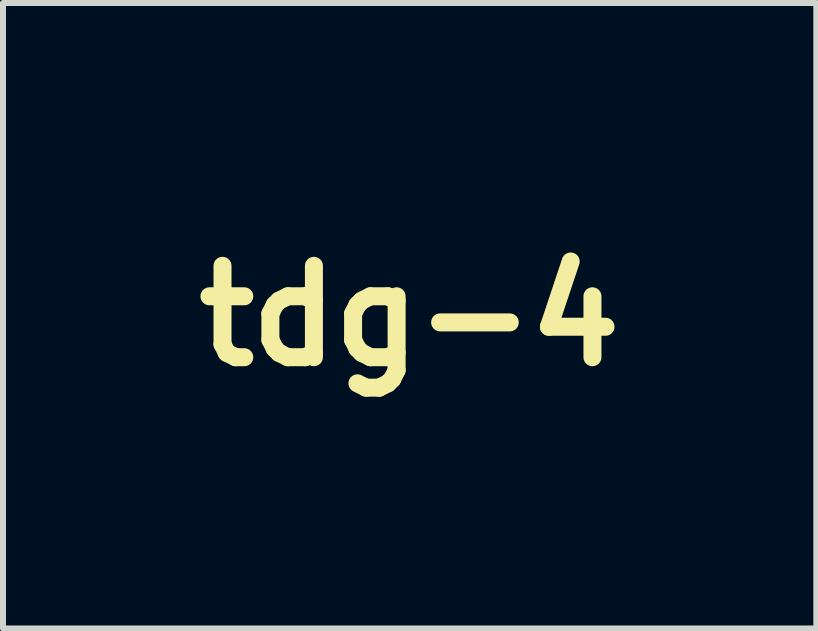
<source format=kicad_pcb>
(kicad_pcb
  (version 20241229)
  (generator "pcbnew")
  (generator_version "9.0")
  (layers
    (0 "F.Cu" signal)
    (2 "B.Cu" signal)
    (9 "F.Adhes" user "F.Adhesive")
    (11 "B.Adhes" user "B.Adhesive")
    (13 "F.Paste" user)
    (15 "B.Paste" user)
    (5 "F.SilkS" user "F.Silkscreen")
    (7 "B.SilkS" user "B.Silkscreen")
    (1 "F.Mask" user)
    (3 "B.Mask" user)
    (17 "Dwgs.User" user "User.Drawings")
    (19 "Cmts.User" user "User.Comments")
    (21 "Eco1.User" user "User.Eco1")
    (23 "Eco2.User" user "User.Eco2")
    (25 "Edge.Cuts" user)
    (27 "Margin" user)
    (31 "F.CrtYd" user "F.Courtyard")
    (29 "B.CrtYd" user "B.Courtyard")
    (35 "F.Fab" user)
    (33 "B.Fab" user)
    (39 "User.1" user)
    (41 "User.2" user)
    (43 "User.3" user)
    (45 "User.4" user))
  (footprint "tdg-4"
    (layer "F.Cu")
    (at 3.781 2.217)
    (property "Reference" "tdg-4" (at 0 0 0) (layer "F.SilkS") (effects (font (size 1.524 1.524) (thickness 0.3))))
    (attr through_hole)
    (fp_poly (pts (xy -1.425 -0.116) (xy -1.41 -0.11) (xy -1.397 -0.102) (xy -1.394 -0.099) (xy -1.382 -0.086) (xy -1.373 -0.069) (xy -1.368 -0.048) (xy -1.364 -0.021) (xy -1.364 0.016) (xy -1.365 0.062) (xy -1.368 0.112) (xy -1.391 0.403) (xy -1.424 0.693) (xy -1.465 0.988) (xy -1.489 1.133) (xy -1.5 1.2) (xy -1.511 1.256) (xy -1.521 1.3) (xy -1.531 1.337) (xy -1.541 1.367) (xy -1.552 1.392) (xy -1.565 1.414) (xy -1.57 1.422) (xy -1.598 1.454) (xy -1.632 1.477) (xy -1.668 1.491) (xy -1.704 1.493) (xy -1.722 1.489) (xy -1.764 1.469) (xy -1.805 1.436) (xy -1.846 1.392) (xy -1.868 1.362) (xy -1.892 1.323) (xy -1.919 1.274) (xy -1.948 1.217) (xy -1.978 1.155) (xy -2.008 1.089) (xy -2.036 1.024) (xy -2.062 0.961) (xy -2.084 0.903) (xy -2.088 0.89) (xy -2.099 0.855) (xy -2.105 0.833) (xy -1.876 0.833) (xy -1.871 0.87) (xy -1.867 0.884) (xy -1.855 0.91) (xy -1.84 0.939) (xy -1.822 0.968) (xy -1.803 0.996) (xy -1.784 1.019) (xy -1.768 1.035) (xy -1.757 1.042) (xy -1.754 1.042) (xy -1.746 1.035) (xy -1.735 1.02) (xy -1.734 1.018) (xy -1.724 0.993) (xy -1.717 0.956) (xy -1.713 0.91) (xy -1.71 0.856) (xy -1.711 0.797) (xy -1.714 0.735) (xy -1.719 0.673) (xy -1.728 0.611) (xy -1.729 0.6) (xy -1.737 0.558) (xy -1.744 0.53) (xy -1.75 0.513) (xy -1.756 0.508) (xy -1.761 0.51) (xy -1.765 0.518) (xy -1.773 0.536) (xy -1.785 0.563) (xy -1.799 0.596) (xy -1.814 0.633) (xy -1.83 0.672) (xy -1.846 0.71) (xy -1.86 0.745) (xy -1.866 0.762) (xy -1.874 0.795) (xy -1.876 0.833) (xy -2.105 0.833) (xy -2.106 0.828) (xy -2.109 0.804) (xy -2.109 0.778) (xy -2.108 0.773) (xy -2.108 0.756) (xy -2.106 0.742) (xy -2.103 0.728) (xy -2.099 0.713) (xy -2.091 0.695) (xy -2.079 0.671) (xy -2.064 0.641) (xy -2.042 0.601) (xy -2.023 0.564) (xy -1.969 0.45) (xy -1.927 0.335) (xy -1.899 0.218) (xy -1.887 0.138) (xy -1.88 0.088) (xy -1.873 0.05) (xy -1.863 0.021) (xy -1.848 -0.000216) (xy -1.826 -0.017) (xy -1.795 -0.031) (xy -1.754 -0.045) (xy -1.727 -0.053) (xy -1.654 -0.074) (xy -1.594 -0.091) (xy -1.544 -0.104) (xy -1.503 -0.112) (xy -1.471 -0.117) (xy -1.445 -0.118) (xy -1.425 -0.116)) (stroke (width 0.01) (type solid)) (fill yes) (layer "F.Mask"))
    (fp_poly (pts (xy -0.932 -2.02) (xy -0.921 -2.015) (xy -0.913 -2.006) (xy -0.909 -1.992) (xy -0.909 -1.971) (xy -0.913 -1.942) (xy -0.921 -1.904) (xy -0.934 -1.854) (xy -0.941 -1.825) (xy -0.955 -1.775) (xy -0.97 -1.717) (xy -0.985 -1.658) (xy -0.998 -1.603) (xy -1.002 -1.586) (xy -1.017 -1.523) (xy -1.03 -1.472) (xy -1.041 -1.431) (xy -1.05 -1.4) (xy -1.059 -1.378) (xy -1.067 -1.361) (xy -1.073 -1.352) (xy -1.089 -1.338) (xy -1.107 -1.335) (xy -1.13 -1.342) (xy -1.144 -1.349) (xy -1.165 -1.359) (xy -1.181 -1.36) (xy -1.191 -1.358) (xy -1.204 -1.351) (xy -1.215 -1.339) (xy -1.225 -1.321) (xy -1.234 -1.294) (xy -1.243 -1.258) (xy -1.253 -1.212) (xy -1.263 -1.153) (xy -1.266 -1.136) (xy -1.278 -1.063) (xy -1.288 -1.002) (xy -1.296 -0.95) (xy -1.302 -0.906) (xy -1.307 -0.865) (xy -1.31 -0.827) (xy -1.313 -0.789) (xy -1.314 -0.749) (xy -1.315 -0.704) (xy -1.315 -0.652) (xy -1.316 -0.59) (xy -1.316 -0.563) (xy -1.316 -0.497) (xy -1.316 -0.443) (xy -1.316 -0.401) (xy -1.317 -0.368) (xy -1.318 -0.343) (xy -1.319 -0.325) (xy -1.321 -0.312) (xy -1.324 -0.304) (xy -1.327 -0.297) (xy -1.331 -0.291) (xy -1.347 -0.273) (xy -1.367 -0.257) (xy -1.368 -0.257) (xy -1.382 -0.249) (xy -1.406 -0.237) (xy -1.44 -0.223) (xy -1.481 -0.206) (xy -1.527 -0.187) (xy -1.576 -0.167) (xy -1.626 -0.147) (xy -1.676 -0.128) (xy -1.724 -0.109) (xy -1.767 -0.093) (xy -1.804 -0.08) (xy -1.833 -0.07) (xy -1.852 -0.065) (xy -1.858 -0.064) (xy -1.88 -0.068) (xy -1.893 -0.076) (xy -1.903 -0.092) (xy -1.905 -0.103) (xy -1.902 -0.113) (xy -1.894 -0.134) (xy -1.882 -0.164) (xy -1.867 -0.199) (xy -1.849 -0.239) (xy -1.846 -0.247) (xy -1.778 -0.405) (xy -1.721 -0.559) (xy -1.674 -0.712) (xy -1.635 -0.868) (xy -1.606 -1.014) (xy -1.599 -1.056) (xy -1.595 -1.085) (xy -1.594 -1.104) (xy -1.595 -1.114) (xy -1.597 -1.116) (xy -1.606 -1.121) (xy -1.614 -1.12) (xy -1.627 -1.112) (xy -1.638 -1.104) (xy -1.67 -1.083) (xy -1.696 -1.071) (xy -1.718 -1.07) (xy -1.73 -1.073) (xy -1.75 -1.085) (xy -1.763 -1.103) (xy -1.769 -1.128) (xy -1.769 -1.161) (xy -1.762 -1.204) (xy -1.749 -1.258) (xy -1.743 -1.278) (xy -1.717 -1.364) (xy -1.689 -1.439) (xy -1.659 -1.504) (xy -1.625 -1.563) (xy -1.586 -1.616) (xy -1.54 -1.666) (xy -1.486 -1.714) (xy -1.422 -1.762) (xy -1.347 -1.812) (xy -1.31 -1.836) (xy -1.274 -1.858) (xy -1.232 -1.882) (xy -1.187 -1.907) (xy -1.141 -1.932) (xy -1.095 -1.956) (xy -1.053 -1.977) (xy -1.015 -1.996) (xy -0.985 -2.01) (xy -0.963 -2.019) (xy -0.956 -2.021) (xy -0.932 -2.02)) (stroke (width 0.01) (type solid)) (fill yes) (layer "F.Mask"))
    (fp_poly (pts (xy -0.368 -2.209) (xy -0.333 -2.205) (xy -0.321 -2.202) (xy -0.274 -2.183) (xy -0.232 -2.15) (xy -0.194 -2.108) (xy -0.164 -2.058) (xy -0.145 -2.011) (xy -0.133 -1.965) (xy -0.124 -1.912) (xy -0.118 -1.85) (xy -0.115 -1.78) (xy -0.114 -1.699) (xy -0.117 -1.608) (xy -0.122 -1.506) (xy -0.13 -1.391) (xy -0.141 -1.266) (xy -0.152 -1.143) (xy -0.16 -1.032) (xy -0.165 -0.932) (xy -0.168 -0.841) (xy -0.168 -0.757) (xy -0.165 -0.679) (xy -0.16 -0.605) (xy -0.151 -0.533) (xy -0.141 -0.464) (xy -0.131 -0.397) (xy -0.128 -0.342) (xy -0.13 -0.295) (xy -0.14 -0.257) (xy -0.156 -0.223) (xy -0.179 -0.194) (xy -0.182 -0.191) (xy -0.22 -0.163) (xy -0.265 -0.145) (xy -0.318 -0.138) (xy -0.38 -0.141) (xy -0.388 -0.142) (xy -0.405 -0.144) (xy -0.434 -0.15) (xy -0.473 -0.157) (xy -0.521 -0.166) (xy -0.576 -0.176) (xy -0.635 -0.188) (xy -0.698 -0.2) (xy -0.718 -0.204) (xy -0.794 -0.219) (xy -0.858 -0.232) (xy -0.91 -0.243) (xy -0.953 -0.253) (xy -0.987 -0.262) (xy -1.013 -0.27) (xy -1.033 -0.278) (xy -1.048 -0.287) (xy -1.06 -0.295) (xy -1.069 -0.305) (xy -1.077 -0.317) (xy -1.089 -0.336) (xy -1.097 -0.356) (xy -1.102 -0.38) (xy -1.106 -0.41) (xy -1.107 -0.45) (xy -1.108 -0.495) (xy -1.106 -0.575) (xy -1.105 -0.594) (xy -0.732 -0.594) (xy -0.729 -0.55) (xy -0.722 -0.517) (xy -0.711 -0.492) (xy -0.695 -0.474) (xy -0.682 -0.465) (xy -0.654 -0.453) (xy -0.627 -0.454) (xy -0.611 -0.46) (xy -0.596 -0.468) (xy -0.585 -0.479) (xy -0.577 -0.495) (xy -0.572 -0.518) (xy -0.569 -0.551) (xy -0.567 -0.595) (xy -0.566 -0.607) (xy -0.565 -0.656) (xy -0.565 -0.71) (xy -0.566 -0.767) (xy -0.568 -0.824) (xy -0.57 -0.88) (xy -0.573 -0.933) (xy -0.576 -0.98) (xy -0.58 -1.019) (xy -0.584 -1.049) (xy -0.588 -1.066) (xy -0.588 -1.067) (xy -0.596 -1.084) (xy -0.604 -1.093) (xy -0.605 -1.094) (xy -0.611 -1.088) (xy -0.621 -1.072) (xy -0.63 -1.052) (xy -0.669 -0.955) (xy -0.7 -0.857) (xy -0.721 -0.761) (xy -0.731 -0.669) (xy -0.732 -0.594) (xy -1.105 -0.594) (xy -1.102 -0.66) (xy -1.094 -0.751) (xy -1.082 -0.848) (xy -1.068 -0.952) (xy -1.049 -1.066) (xy -1.027 -1.188) (xy -1 -1.321) (xy -0.97 -1.466) (xy -0.935 -1.623) (xy -0.931 -1.64) (xy -0.912 -1.724) (xy -0.894 -1.795) (xy -0.878 -1.856) (xy -0.862 -1.906) (xy -0.846 -1.949) (xy -0.83 -1.985) (xy -0.813 -2.016) (xy -0.795 -2.042) (xy -0.774 -2.067) (xy -0.761 -2.081) (xy -0.729 -2.107) (xy -0.687 -2.134) (xy -0.639 -2.159) (xy -0.589 -2.18) (xy -0.54 -2.196) (xy -0.533 -2.198) (xy -0.497 -2.205) (xy -0.454 -2.209) (xy -0.41 -2.21) (xy -0.368 -2.209)) (stroke (width 0.01) (type solid)) (fill yes) (layer "F.Mask"))
    (fp_poly (pts (xy 0.847 0.189) (xy 0.882 0.193) (xy 0.953 0.211) (xy 1.013 0.236) (xy 1.062 0.27) (xy 1.099 0.312) (xy 1.125 0.362) (xy 1.13 0.376) (xy 1.135 0.393) (xy 1.139 0.409) (xy 1.141 0.426) (xy 1.142 0.447) (xy 1.143 0.473) (xy 1.142 0.508) (xy 1.141 0.553) (xy 1.14 0.578) (xy 1.139 0.637) (xy 1.139 0.687) (xy 1.14 0.732) (xy 1.145 0.773) (xy 1.152 0.812) (xy 1.163 0.852) (xy 1.178 0.896) (xy 1.197 0.944) (xy 1.222 1) (xy 1.252 1.066) (xy 1.259 1.083) (xy 1.293 1.156) (xy 1.32 1.218) (xy 1.341 1.271) (xy 1.357 1.319) (xy 1.369 1.361) (xy 1.376 1.401) (xy 1.381 1.439) (xy 1.383 1.479) (xy 1.383 1.489) (xy 1.377 1.561) (xy 1.36 1.627) (xy 1.33 1.688) (xy 1.287 1.746) (xy 1.232 1.8) (xy 1.171 1.846) (xy 1.153 1.858) (xy 1.124 1.875) (xy 1.088 1.898) (xy 1.045 1.923) (xy 0.999 1.951) (xy 0.952 1.979) (xy 0.904 2.007) (xy 0.86 2.033) (xy 0.82 2.056) (xy 0.787 2.075) (xy 0.763 2.088) (xy 0.757 2.091) (xy 0.727 2.101) (xy 0.696 2.102) (xy 0.667 2.096) (xy 0.654 2.088) (xy 0.638 2.068) (xy 0.625 2.038) (xy 0.623 2.033) (xy 0.619 2.015) (xy 0.616 1.999) (xy 0.615 1.98) (xy 0.616 1.955) (xy 0.62 1.922) (xy 0.622 1.902) (xy 0.625 1.857) (xy 0.628 1.802) (xy 0.63 1.738) (xy 0.631 1.669) (xy 0.631 1.597) (xy 0.63 1.526) (xy 0.628 1.458) (xy 0.626 1.396) (xy 0.622 1.343) (xy 0.622 1.341) (xy 0.622 1.337) (xy 0.833 1.337) (xy 0.834 1.37) (xy 0.835 1.399) (xy 0.838 1.417) (xy 0.843 1.43) (xy 0.853 1.441) (xy 0.863 1.451) (xy 0.89 1.469) (xy 0.919 1.475) (xy 0.95 1.467) (xy 0.975 1.454) (xy 1.008 1.425) (xy 1.031 1.387) (xy 1.044 1.341) (xy 1.049 1.288) (xy 1.043 1.229) (xy 1.028 1.165) (xy 1.003 1.098) (xy 0.986 1.062) (xy 0.965 1.022) (xy 0.947 0.994) (xy 0.932 0.976) (xy 0.917 0.968) (xy 0.902 0.968) (xy 0.889 0.974) (xy 0.877 0.983) (xy 0.868 0.997) (xy 0.861 1.018) (xy 0.856 1.048) (xy 0.853 1.088) (xy 0.851 1.118) (xy 0.849 1.159) (xy 0.846 1.2) (xy 0.843 1.237) (xy 0.839 1.264) (xy 0.839 1.266) (xy 0.835 1.298) (xy 0.833 1.337) (xy 0.622 1.337) (xy 0.619 1.31) (xy 0.615 1.268) (xy 0.61 1.217) (xy 0.604 1.158) (xy 0.598 1.094) (xy 0.591 1.027) (xy 0.583 0.96) (xy 0.582 0.949) (xy 0.575 0.882) (xy 0.569 0.816) (xy 0.563 0.753) (xy 0.557 0.695) (xy 0.553 0.644) (xy 0.549 0.603) (xy 0.547 0.573) (xy 0.547 0.568) (xy 0.544 0.519) (xy 0.539 0.479) (xy 0.532 0.444) (xy 0.525 0.421) (xy 0.512 0.367) (xy 0.508 0.319) (xy 0.514 0.278) (xy 0.529 0.247) (xy 0.551 0.226) (xy 0.584 0.212) (xy 0.628 0.2) (xy 0.679 0.191) (xy 0.734 0.186) (xy 0.791 0.185) (xy 0.847 0.189)) (stroke (width 0.01) (type solid)) (fill yes) (layer "F.Mask"))
    (fp_poly (pts (xy 0.971 -1.934) (xy 1.011 -1.92) (xy 1.049 -1.902) (xy 1.177 -1.832) (xy 1.301 -1.75) (xy 1.417 -1.657) (xy 1.524 -1.556) (xy 1.601 -1.47) (xy 1.646 -1.412) (xy 1.679 -1.358) (xy 1.701 -1.31) (xy 1.711 -1.268) (xy 1.71 -1.231) (xy 1.696 -1.201) (xy 1.68 -1.185) (xy 1.659 -1.174) (xy 1.63 -1.173) (xy 1.593 -1.18) (xy 1.547 -1.196) (xy 1.525 -1.206) (xy 1.493 -1.22) (xy 1.47 -1.229) (xy 1.453 -1.233) (xy 1.437 -1.233) (xy 1.426 -1.232) (xy 1.381 -1.221) (xy 1.345 -1.202) (xy 1.319 -1.176) (xy 1.305 -1.145) (xy 1.302 -1.122) (xy 1.307 -1.094) (xy 1.318 -1.061) (xy 1.335 -1.028) (xy 1.356 -0.995) (xy 1.378 -0.965) (xy 1.4 -0.942) (xy 1.421 -0.928) (xy 1.434 -0.924) (xy 1.452 -0.929) (xy 1.476 -0.944) (xy 1.492 -0.956) (xy 1.521 -0.978) (xy 1.542 -0.991) (xy 1.559 -0.996) (xy 1.575 -0.995) (xy 1.584 -0.992) (xy 1.614 -0.972) (xy 1.643 -0.939) (xy 1.669 -0.893) (xy 1.693 -0.835) (xy 1.703 -0.806) (xy 1.715 -0.763) (xy 1.721 -0.729) (xy 1.719 -0.702) (xy 1.712 -0.679) (xy 1.711 -0.677) (xy 1.7 -0.662) (xy 1.686 -0.654) (xy 1.665 -0.651) (xy 1.635 -0.654) (xy 1.595 -0.662) (xy 1.595 -0.662) (xy 1.564 -0.669) (xy 1.537 -0.674) (xy 1.518 -0.677) (xy 1.512 -0.677) (xy 1.495 -0.671) (xy 1.478 -0.652) (xy 1.463 -0.622) (xy 1.451 -0.584) (xy 1.443 -0.539) (xy 1.442 -0.531) (xy 1.443 -0.494) (xy 1.456 -0.464) (xy 1.48 -0.442) (xy 1.517 -0.427) (xy 1.565 -0.421) (xy 1.588 -0.42) (xy 1.62 -0.421) (xy 1.643 -0.423) (xy 1.664 -0.429) (xy 1.689 -0.44) (xy 1.703 -0.447) (xy 1.762 -0.483) (xy 1.811 -0.529) (xy 1.849 -0.582) (xy 1.874 -0.644) (xy 1.881 -0.67) (xy 1.894 -0.71) (xy 1.91 -0.738) (xy 1.929 -0.753) (xy 1.951 -0.754) (xy 1.975 -0.742) (xy 1.983 -0.736) (xy 1.993 -0.725) (xy 2.001 -0.711) (xy 2.008 -0.692) (xy 2.017 -0.664) (xy 2.025 -0.632) (xy 2.043 -0.561) (xy 2.056 -0.499) (xy 2.066 -0.444) (xy 2.074 -0.391) (xy 2.079 -0.337) (xy 2.082 -0.311) (xy 2.085 -0.251) (xy 2.084 -0.203) (xy 2.08 -0.164) (xy 2.07 -0.135) (xy 2.055 -0.112) (xy 2.034 -0.095) (xy 2.012 -0.083) (xy 1.978 -0.069) (xy 1.936 -0.054) (xy 1.885 -0.035) (xy 1.824 -0.015) (xy 1.752 0.009) (xy 1.667 0.036) (xy 1.655 0.04) (xy 1.585 0.062) (xy 1.526 0.079) (xy 1.478 0.091) (xy 1.438 0.1) (xy 1.405 0.104) (xy 1.378 0.105) (xy 1.354 0.102) (xy 1.333 0.097) (xy 1.306 0.082) (xy 1.277 0.057) (xy 1.251 0.025) (xy 1.232 -0.009) (xy 1.228 -0.018) (xy 1.222 -0.033) (xy 1.218 -0.049) (xy 1.215 -0.067) (xy 1.212 -0.09) (xy 1.21 -0.121) (xy 1.208 -0.161) (xy 1.206 -0.212) (xy 1.206 -0.226) (xy 1.199 -0.363) (xy 1.189 -0.489) (xy 1.175 -0.607) (xy 1.157 -0.72) (xy 1.133 -0.829) (xy 1.104 -0.939) (xy 1.069 -1.052) (xy 1.027 -1.171) (xy 1.006 -1.225) (xy 0.993 -1.262) (xy 0.981 -1.305) (xy 0.971 -1.344) (xy 0.97 -1.352) (xy 0.958 -1.415) (xy 0.944 -1.481) (xy 0.93 -1.546) (xy 0.916 -1.607) (xy 0.902 -1.662) (xy 0.89 -1.708) (xy 0.879 -1.744) (xy 0.878 -1.746) (xy 0.862 -1.799) (xy 0.852 -1.841) (xy 0.849 -1.873) (xy 0.853 -1.897) (xy 0.863 -1.916) (xy 0.881 -1.929) (xy 0.883 -1.93) (xy 0.908 -1.939) (xy 0.937 -1.941) (xy 0.971 -1.934)) (stroke (width 0.01) (type solid)) (fill yes) (layer "F.Mask"))
    (fp_poly (pts (xy -0.112 -0.047) (xy -0.07 -0.043) (xy -0.029 -0.037) (xy -0.000107 -0.032) (xy 0.052 -0.015) (xy 0.107 0.01) (xy 0.164 0.043) (xy 0.219 0.08) (xy 0.27 0.12) (xy 0.315 0.162) (xy 0.352 0.204) (xy 0.378 0.244) (xy 0.379 0.246) (xy 0.392 0.284) (xy 0.398 0.327) (xy 0.396 0.379) (xy 0.387 0.44) (xy 0.379 0.476) (xy 0.361 0.568) (xy 0.35 0.658) (xy 0.346 0.75) (xy 0.35 0.846) (xy 0.361 0.951) (xy 0.371 1.016) (xy 0.379 1.059) (xy 0.389 1.109) (xy 0.403 1.167) (xy 0.419 1.234) (xy 0.439 1.311) (xy 0.462 1.399) (xy 0.486 1.485) (xy 0.507 1.563) (xy 0.525 1.63) (xy 0.539 1.685) (xy 0.55 1.732) (xy 0.559 1.772) (xy 0.565 1.806) (xy 0.57 1.837) (xy 0.572 1.864) (xy 0.574 1.891) (xy 0.574 1.912) (xy 0.573 1.95) (xy 0.571 1.978) (xy 0.566 2.002) (xy 0.559 2.025) (xy 0.558 2.028) (xy 0.532 2.075) (xy 0.495 2.115) (xy 0.447 2.145) (xy 0.388 2.167) (xy 0.367 2.173) (xy 0.346 2.176) (xy 0.314 2.18) (xy 0.272 2.184) (xy 0.224 2.188) (xy 0.171 2.193) (xy 0.116 2.197) (xy 0.062 2.201) (xy 0.011 2.204) (xy -0.035 2.206) (xy -0.074 2.207) (xy -0.099 2.208) (xy -0.13 2.207) (xy -0.158 2.205) (xy -0.178 2.203) (xy -0.183 2.202) (xy -0.228 2.181) (xy -0.268 2.148) (xy -0.3 2.105) (xy -0.315 2.076) (xy -0.331 2.033) (xy -0.347 1.978) (xy -0.362 1.913) (xy -0.377 1.84) (xy -0.391 1.761) (xy -0.404 1.678) (xy -0.415 1.593) (xy -0.419 1.562) (xy -0.089 1.562) (xy -0.087 1.592) (xy -0.08 1.615) (xy -0.07 1.632) (xy -0.059 1.64) (xy -0.043 1.648) (xy -0.017 1.655) (xy 0.013 1.663) (xy 0.043 1.669) (xy 0.068 1.671) (xy 0.068 1.672) (xy 0.083 1.668) (xy 0.101 1.657) (xy 0.106 1.654) (xy 0.132 1.623) (xy 0.152 1.583) (xy 0.164 1.537) (xy 0.166 1.524) (xy 0.167 1.493) (xy 0.166 1.453) (xy 0.163 1.407) (xy 0.158 1.356) (xy 0.152 1.305) (xy 0.145 1.254) (xy 0.137 1.208) (xy 0.129 1.169) (xy 0.121 1.14) (xy 0.116 1.127) (xy 0.106 1.112) (xy 0.089 1.09) (xy 0.067 1.066) (xy 0.057 1.055) (xy 0.035 1.03) (xy 0.016 1.006) (xy 0.003 0.986) (xy -0.000364 0.979) (xy -0.01 0.96) (xy -0.021 0.953) (xy -0.03 0.96) (xy -0.034 0.968) (xy -0.036 0.98) (xy -0.039 1.003) (xy -0.042 1.036) (xy -0.046 1.077) (xy -0.049 1.123) (xy -0.052 1.164) (xy -0.056 1.217) (xy -0.06 1.27) (xy -0.064 1.318) (xy -0.068 1.36) (xy -0.072 1.393) (xy -0.074 1.408) (xy -0.083 1.471) (xy -0.088 1.522) (xy -0.089 1.562) (xy -0.419 1.562) (xy -0.425 1.508) (xy -0.432 1.425) (xy -0.438 1.345) (xy -0.441 1.272) (xy -0.441 1.207) (xy -0.438 1.153) (xy -0.437 1.15) (xy -0.434 1.115) (xy -0.43 1.084) (xy -0.426 1.055) (xy -0.42 1.023) (xy -0.414 0.989) (xy -0.405 0.947) (xy -0.394 0.897) (xy -0.381 0.839) (xy -0.365 0.769) (xy -0.352 0.71) (xy -0.342 0.66) (xy -0.335 0.619) (xy -0.33 0.583) (xy -0.326 0.551) (xy -0.324 0.521) (xy -0.324 0.491) (xy -0.324 0.49) (xy -0.324 0.454) (xy -0.326 0.426) (xy -0.331 0.402) (xy -0.34 0.376) (xy -0.342 0.371) (xy -0.353 0.337) (xy -0.359 0.305) (xy -0.359 0.272) (xy -0.354 0.235) (xy -0.343 0.192) (xy -0.326 0.142) (xy -0.309 0.096) (xy -0.286 0.045) (xy -0.264 0.006) (xy -0.241 -0.022) (xy -0.217 -0.039) (xy -0.207 -0.043) (xy -0.184 -0.047) (xy -0.151 -0.048) (xy -0.112 -0.047)) (stroke (width 0.01) (type solid)) (fill yes) (layer "F.Mask"))
    (fp_poly (pts (xy 2.094 -0.027) (xy 2.104 -0.02) (xy 2.111 -0.008) (xy 2.114 0.013) (xy 2.116 0.043) (xy 2.115 0.085) (xy 2.114 0.109) (xy 2.106 0.211) (xy 2.09 0.305) (xy 2.065 0.396) (xy 2.03 0.489) (xy 1.996 0.563) (xy 1.972 0.614) (xy 1.955 0.656) (xy 1.946 0.689) (xy 1.942 0.716) (xy 1.945 0.739) (xy 1.949 0.753) (xy 1.958 0.774) (xy 1.969 0.801) (xy 1.979 0.825) (xy 1.993 0.87) (xy 1.995 0.913) (xy 1.986 0.957) (xy 1.971 0.995) (xy 1.961 1.012) (xy 1.945 1.039) (xy 1.922 1.073) (xy 1.895 1.113) (xy 1.864 1.158) (xy 1.831 1.204) (xy 1.817 1.224) (xy 1.782 1.273) (xy 1.746 1.323) (xy 1.713 1.37) (xy 1.683 1.414) (xy 1.657 1.451) (xy 1.638 1.479) (xy 1.634 1.485) (xy 1.604 1.529) (xy 1.579 1.562) (xy 1.557 1.585) (xy 1.537 1.6) (xy 1.517 1.607) (xy 1.501 1.608) (xy 1.477 1.606) (xy 1.456 1.6) (xy 1.453 1.598) (xy 1.437 1.587) (xy 1.429 1.575) (xy 1.427 1.564) (xy 1.424 1.542) (xy 1.422 1.511) (xy 1.419 1.474) (xy 1.419 1.456) (xy 1.413 1.35) (xy 1.365 1.241) (xy 1.34 1.182) (xy 1.32 1.134) (xy 1.305 1.096) (xy 1.296 1.068) (xy 1.292 1.048) (xy 1.292 1.035) (xy 1.296 1.028) (xy 1.297 1.027) (xy 1.306 1.028) (xy 1.326 1.033) (xy 1.353 1.041) (xy 1.385 1.051) (xy 1.419 1.063) (xy 1.452 1.075) (xy 1.481 1.086) (xy 1.505 1.096) (xy 1.519 1.104) (xy 1.521 1.106) (xy 1.53 1.125) (xy 1.527 1.146) (xy 1.518 1.165) (xy 1.509 1.183) (xy 1.509 1.2) (xy 1.512 1.211) (xy 1.522 1.233) (xy 1.536 1.253) (xy 1.536 1.253) (xy 1.549 1.264) (xy 1.559 1.266) (xy 1.567 1.263) (xy 1.588 1.244) (xy 1.604 1.216) (xy 1.612 1.183) (xy 1.612 1.15) (xy 1.609 1.135) (xy 1.599 1.114) (xy 1.582 1.095) (xy 1.556 1.078) (xy 1.52 1.061) (xy 1.484 1.049) (xy 1.439 1.033) (xy 1.404 1.018) (xy 1.377 1.004) (xy 1.354 0.989) (xy 1.334 0.971) (xy 1.326 0.962) (xy 1.305 0.938) (xy 1.288 0.912) (xy 1.272 0.882) (xy 1.258 0.846) (xy 1.245 0.805) (xy 1.234 0.755) (xy 1.223 0.696) (xy 1.212 0.627) (xy 1.201 0.546) (xy 1.196 0.5) (xy 1.186 0.418) (xy 1.179 0.349) (xy 1.175 0.292) (xy 1.174 0.246) (xy 1.177 0.21) (xy 1.183 0.183) (xy 1.193 0.164) (xy 1.208 0.152) (xy 1.227 0.146) (xy 1.251 0.145) (xy 1.281 0.149) (xy 1.299 0.152) (xy 1.338 0.158) (xy 1.371 0.161) (xy 1.403 0.159) (xy 1.439 0.152) (xy 1.481 0.142) (xy 1.521 0.133) (xy 1.552 0.131) (xy 1.574 0.136) (xy 1.59 0.15) (xy 1.597 0.173) (xy 1.599 0.206) (xy 1.593 0.25) (xy 1.582 0.306) (xy 1.576 0.332) (xy 1.567 0.368) (xy 1.562 0.397) (xy 1.56 0.425) (xy 1.56 0.457) (xy 1.561 0.487) (xy 1.565 0.534) (xy 1.569 0.571) (xy 1.577 0.599) (xy 1.587 0.622) (xy 1.601 0.643) (xy 1.603 0.645) (xy 1.619 0.661) (xy 1.633 0.669) (xy 1.654 0.67) (xy 1.655 0.67) (xy 1.679 0.668) (xy 1.699 0.658) (xy 1.717 0.641) (xy 1.733 0.613) (xy 1.749 0.574) (xy 1.752 0.565) (xy 1.764 0.528) (xy 1.776 0.489) (xy 1.786 0.453) (xy 1.789 0.44) (xy 1.796 0.378) (xy 1.793 0.322) (xy 1.779 0.273) (xy 1.754 0.231) (xy 1.721 0.2) (xy 1.695 0.178) (xy 1.682 0.156) (xy 1.68 0.132) (xy 1.682 0.124) (xy 1.685 0.115) (xy 1.689 0.109) (xy 1.697 0.102) (xy 1.71 0.096) (xy 1.73 0.089) (xy 1.759 0.08) (xy 1.799 0.069) (xy 1.829 0.061) (xy 1.89 0.043) (xy 1.944 0.025) (xy 1.986 0.008) (xy 2.003 0.000204) (xy 2.031 -0.013) (xy 2.057 -0.023) (xy 2.077 -0.028) (xy 2.08 -0.028) (xy 2.094 -0.027)) (stroke (width 0.01) (type solid)) (fill yes) (layer "F.Mask"))
    (fp_poly (pts (xy -1.07 -0.212) (xy -1.022 -0.204) (xy -0.964 -0.191) (xy -0.924 -0.181) (xy -0.863 -0.166) (xy -0.809 -0.153) (xy -0.756 -0.143) (xy -0.702 -0.133) (xy -0.642 -0.125) (xy -0.573 -0.117) (xy -0.519 -0.109) (xy -0.477 -0.101) (xy -0.445 -0.09) (xy -0.42 -0.076) (xy -0.401 -0.058) (xy -0.385 -0.035) (xy -0.379 -0.025) (xy -0.372 -0.005) (xy -0.368 0.018) (xy -0.369 0.047) (xy -0.375 0.083) (xy -0.386 0.127) (xy -0.402 0.182) (xy -0.408 0.201) (xy -0.425 0.255) (xy -0.438 0.299) (xy -0.449 0.335) (xy -0.457 0.366) (xy -0.465 0.396) (xy -0.472 0.427) (xy -0.48 0.462) (xy -0.483 0.477) (xy -0.502 0.589) (xy -0.517 0.714) (xy -0.528 0.851) (xy -0.533 0.999) (xy -0.534 1.16) (xy -0.53 1.33) (xy -0.522 1.511) (xy -0.509 1.702) (xy -0.504 1.755) (xy -0.494 1.877) (xy -0.458 1.955) (xy -0.436 2.006) (xy -0.421 2.046) (xy -0.413 2.078) (xy -0.413 2.104) (xy -0.419 2.125) (xy -0.432 2.142) (xy -0.447 2.155) (xy -0.468 2.164) (xy -0.498 2.169) (xy -0.536 2.171) (xy -0.577 2.17) (xy -0.618 2.164) (xy -0.628 2.162) (xy -0.664 2.153) (xy -0.706 2.142) (xy -0.75 2.129) (xy -0.794 2.115) (xy -0.835 2.101) (xy -0.869 2.089) (xy -0.893 2.079) (xy -0.898 2.077) (xy -0.936 2.053) (xy -0.97 2.024) (xy -0.995 1.993) (xy -1.003 1.979) (xy -1.013 1.945) (xy -1.015 1.902) (xy -1.01 1.848) (xy -0.998 1.792) (xy -0.987 1.738) (xy -0.982 1.694) (xy -0.983 1.659) (xy -0.989 1.631) (xy -0.993 1.623) (xy -1.013 1.596) (xy -1.041 1.577) (xy -1.072 1.567) (xy -1.103 1.568) (xy -1.111 1.571) (xy -1.125 1.583) (xy -1.136 1.604) (xy -1.142 1.631) (xy -1.143 1.643) (xy -1.141 1.664) (xy -1.134 1.691) (xy -1.125 1.722) (xy -1.122 1.729) (xy -1.106 1.781) (xy -1.098 1.823) (xy -1.099 1.856) (xy -1.109 1.883) (xy -1.128 1.905) (xy -1.136 1.911) (xy -1.166 1.923) (xy -1.204 1.925) (xy -1.248 1.916) (xy -1.297 1.897) (xy -1.35 1.869) (xy -1.406 1.831) (xy -1.464 1.786) (xy -1.516 1.739) (xy -1.561 1.694) (xy -1.595 1.655) (xy -1.618 1.624) (xy -1.629 1.599) (xy -1.63 1.591) (xy -1.626 1.575) (xy -1.616 1.556) (xy -1.612 1.552) (xy -1.592 1.523) (xy -1.574 1.497) (xy -1.559 1.472) (xy -1.545 1.446) (xy -1.532 1.418) (xy -1.52 1.387) (xy -1.507 1.351) (xy -1.494 1.307) (xy -1.489 1.288) (xy -1.072 1.288) (xy -1.07 1.319) (xy -1.067 1.342) (xy -1.061 1.358) (xy -1.053 1.37) (xy -1.042 1.379) (xy -1.042 1.38) (xy -1.022 1.389) (xy -1.004 1.386) (xy -0.986 1.369) (xy -0.985 1.368) (xy -0.975 1.355) (xy -0.967 1.34) (xy -0.961 1.321) (xy -0.955 1.295) (xy -0.949 1.26) (xy -0.943 1.214) (xy -0.941 1.199) (xy -0.938 1.161) (xy -0.935 1.117) (xy -0.933 1.067) (xy -0.932 1.014) (xy -0.932 0.961) (xy -0.932 0.909) (xy -0.934 0.86) (xy -0.936 0.816) (xy -0.938 0.78) (xy -0.942 0.753) (xy -0.946 0.738) (xy -0.948 0.736) (xy -0.957 0.729) (xy -0.966 0.73) (xy -0.977 0.736) (xy -0.991 0.749) (xy -1.004 0.767) (xy -1.015 0.792) (xy -1.025 0.826) (xy -1.035 0.87) (xy -1.045 0.925) (xy -1.055 0.988) (xy -1.059 1.02) (xy -1.063 1.062) (xy -1.066 1.111) (xy -1.069 1.16) (xy -1.07 1.194) (xy -1.072 1.247) (xy -1.072 1.288) (xy -1.489 1.288) (xy -1.48 1.256) (xy -1.464 1.195) (xy -1.446 1.122) (xy -1.435 1.081) (xy -1.406 0.962) (xy -1.38 0.856) (xy -1.359 0.76) (xy -1.34 0.672) (xy -1.325 0.592) (xy -1.312 0.518) (xy -1.302 0.448) (xy -1.295 0.381) (xy -1.29 0.315) (xy -1.286 0.249) (xy -1.285 0.181) (xy -1.284 0.131) (xy -1.284 0.067) (xy -1.282 0.016) (xy -1.278 -0.027) (xy -1.272 -0.061) (xy -1.265 -0.092) (xy -1.254 -0.119) (xy -1.248 -0.132) (xy -1.233 -0.16) (xy -1.218 -0.179) (xy -1.198 -0.193) (xy -1.194 -0.196) (xy -1.169 -0.207) (xy -1.142 -0.214) (xy -1.109 -0.216) (xy -1.07 -0.212)) (stroke (width 0.01) (type solid)) (fill yes) (layer "F.Mask"))
    (fp_poly (pts (xy 0.169 -2.209) (xy 0.205 -2.199) (xy 0.237 -2.181) (xy 0.263 -2.16) (xy 0.286 -2.136) (xy 0.306 -2.109) (xy 0.323 -2.077) (xy 0.338 -2.04) (xy 0.352 -1.995) (xy 0.364 -1.942) (xy 0.375 -1.88) (xy 0.385 -1.807) (xy 0.395 -1.722) (xy 0.402 -1.647) (xy 0.41 -1.569) (xy 0.418 -1.502) (xy 0.425 -1.445) (xy 0.434 -1.395) (xy 0.444 -1.351) (xy 0.456 -1.31) (xy 0.471 -1.269) (xy 0.488 -1.228) (xy 0.509 -1.183) (xy 0.526 -1.15) (xy 0.548 -1.108) (xy 0.571 -1.066) (xy 0.594 -1.027) (xy 0.616 -0.992) (xy 0.636 -0.963) (xy 0.653 -0.94) (xy 0.666 -0.927) (xy 0.673 -0.925) (xy 0.673 -0.925) (xy 0.674 -0.933) (xy 0.672 -0.951) (xy 0.67 -0.976) (xy 0.669 -0.981) (xy 0.66 -1.036) (xy 0.645 -1.105) (xy 0.625 -1.186) (xy 0.598 -1.279) (xy 0.568 -1.376) (xy 0.538 -1.473) (xy 0.514 -1.558) (xy 0.494 -1.634) (xy 0.479 -1.701) (xy 0.469 -1.762) (xy 0.462 -1.819) (xy 0.46 -1.872) (xy 0.46 -1.923) (xy 0.461 -1.933) (xy 0.467 -1.994) (xy 0.477 -2.042) (xy 0.491 -2.077) (xy 0.51 -2.101) (xy 0.534 -2.114) (xy 0.555 -2.117) (xy 0.592 -2.11) (xy 0.626 -2.089) (xy 0.657 -2.056) (xy 0.685 -2.009) (xy 0.709 -1.95) (xy 0.726 -1.894) (xy 0.733 -1.866) (xy 0.739 -1.838) (xy 0.744 -1.808) (xy 0.747 -1.776) (xy 0.75 -1.739) (xy 0.752 -1.696) (xy 0.753 -1.645) (xy 0.754 -1.584) (xy 0.754 -1.512) (xy 0.753 -1.438) (xy 0.751 -1.154) (xy 0.77 -1.076) (xy 0.781 -1.034) (xy 0.793 -0.992) (xy 0.808 -0.95) (xy 0.825 -0.904) (xy 0.846 -0.854) (xy 0.872 -0.796) (xy 0.903 -0.729) (xy 0.929 -0.674) (xy 0.967 -0.596) (xy 0.998 -0.528) (xy 1.024 -0.47) (xy 1.046 -0.419) (xy 1.064 -0.373) (xy 1.079 -0.331) (xy 1.092 -0.291) (xy 1.102 -0.254) (xy 1.111 -0.218) (xy 1.118 -0.188) (xy 1.122 -0.159) (xy 1.124 -0.126) (xy 1.125 -0.086) (xy 1.125 -0.074) (xy 1.125 -0.034) (xy 1.124 -0.005) (xy 1.122 0.016) (xy 1.119 0.031) (xy 1.114 0.044) (xy 1.11 0.054) (xy 1.096 0.076) (xy 1.082 0.094) (xy 1.064 0.107) (xy 1.041 0.116) (xy 1.011 0.122) (xy 0.973 0.125) (xy 0.924 0.126) (xy 0.863 0.125) (xy 0.861 0.125) (xy 0.806 0.123) (xy 0.763 0.121) (xy 0.729 0.118) (xy 0.703 0.114) (xy 0.682 0.108) (xy 0.664 0.099) (xy 0.648 0.09) (xy 0.627 0.073) (xy 0.611 0.055) (xy 0.601 0.032) (xy 0.595 0.001) (xy 0.591 -0.04) (xy 0.591 -0.047) (xy 0.586 -0.101) (xy 0.578 -0.168) (xy 0.567 -0.246) (xy 0.552 -0.336) (xy 0.534 -0.436) (xy 0.521 -0.501) (xy 0.502 -0.596) (xy 0.485 -0.678) (xy 0.468 -0.748) (xy 0.452 -0.808) (xy 0.436 -0.859) (xy 0.42 -0.902) (xy 0.404 -0.938) (xy 0.387 -0.968) (xy 0.38 -0.979) (xy 0.356 -1.012) (xy 0.354 -0.988) (xy 0.354 -0.963) (xy 0.356 -0.926) (xy 0.36 -0.88) (xy 0.367 -0.825) (xy 0.375 -0.764) (xy 0.385 -0.7) (xy 0.396 -0.633) (xy 0.407 -0.566) (xy 0.419 -0.501) (xy 0.432 -0.439) (xy 0.441 -0.397) (xy 0.464 -0.296) (xy 0.483 -0.208) (xy 0.498 -0.131) (xy 0.51 -0.066) (xy 0.518 -0.01) (xy 0.523 0.035) (xy 0.524 0.072) (xy 0.523 0.102) (xy 0.518 0.124) (xy 0.509 0.14) (xy 0.501 0.149) (xy 0.478 0.16) (xy 0.448 0.162) (xy 0.413 0.156) (xy 0.385 0.146) (xy 0.364 0.134) (xy 0.337 0.116) (xy 0.307 0.095) (xy 0.286 0.079) (xy 0.252 0.053) (xy 0.212 0.025) (xy 0.171 -0.002) (xy 0.15 -0.015) (xy 0.117 -0.036) (xy 0.084 -0.056) (xy 0.055 -0.073) (xy 0.038 -0.084) (xy 0.013 -0.101) (xy -0.006 -0.119) (xy -0.018 -0.141) (xy -0.025 -0.169) (xy -0.028 -0.205) (xy -0.029 -0.25) (xy -0.028 -0.314) (xy -0.025 -0.391) (xy -0.021 -0.48) (xy -0.015 -0.58) (xy -0.008 -0.69) (xy 0.000021 -0.809) (xy 0.004 -0.857) (xy 0.01 -0.95) (xy 0.016 -1.031) (xy 0.021 -1.101) (xy 0.025 -1.161) (xy 0.028 -1.215) (xy 0.031 -1.263) (xy 0.033 -1.307) (xy 0.034 -1.349) (xy 0.035 -1.39) (xy 0.036 -1.432) (xy 0.036 -1.477) (xy 0.036 -1.527) (xy 0.036 -1.528) (xy 0.035 -1.629) (xy 0.033 -1.719) (xy 0.029 -1.8) (xy 0.024 -1.875) (xy 0.016 -1.946) (xy 0.014 -1.965) (xy 0.008 -2.033) (xy 0.009 -2.091) (xy 0.016 -2.137) (xy 0.031 -2.173) (xy 0.051 -2.196) (xy 0.067 -2.205) (xy 0.085 -2.21) (xy 0.11 -2.212) (xy 0.123 -2.212) (xy 0.169 -2.209)) (stroke (width 0.01) (type solid)) (fill yes) (layer "F.Mask")))
  (gr_rect
    (start -3 -3)
    (end 10.562 7.429)
    (stroke (width 0.1) (type default))
    (fill no)
    (layer "Edge.Cuts")))
</source>
